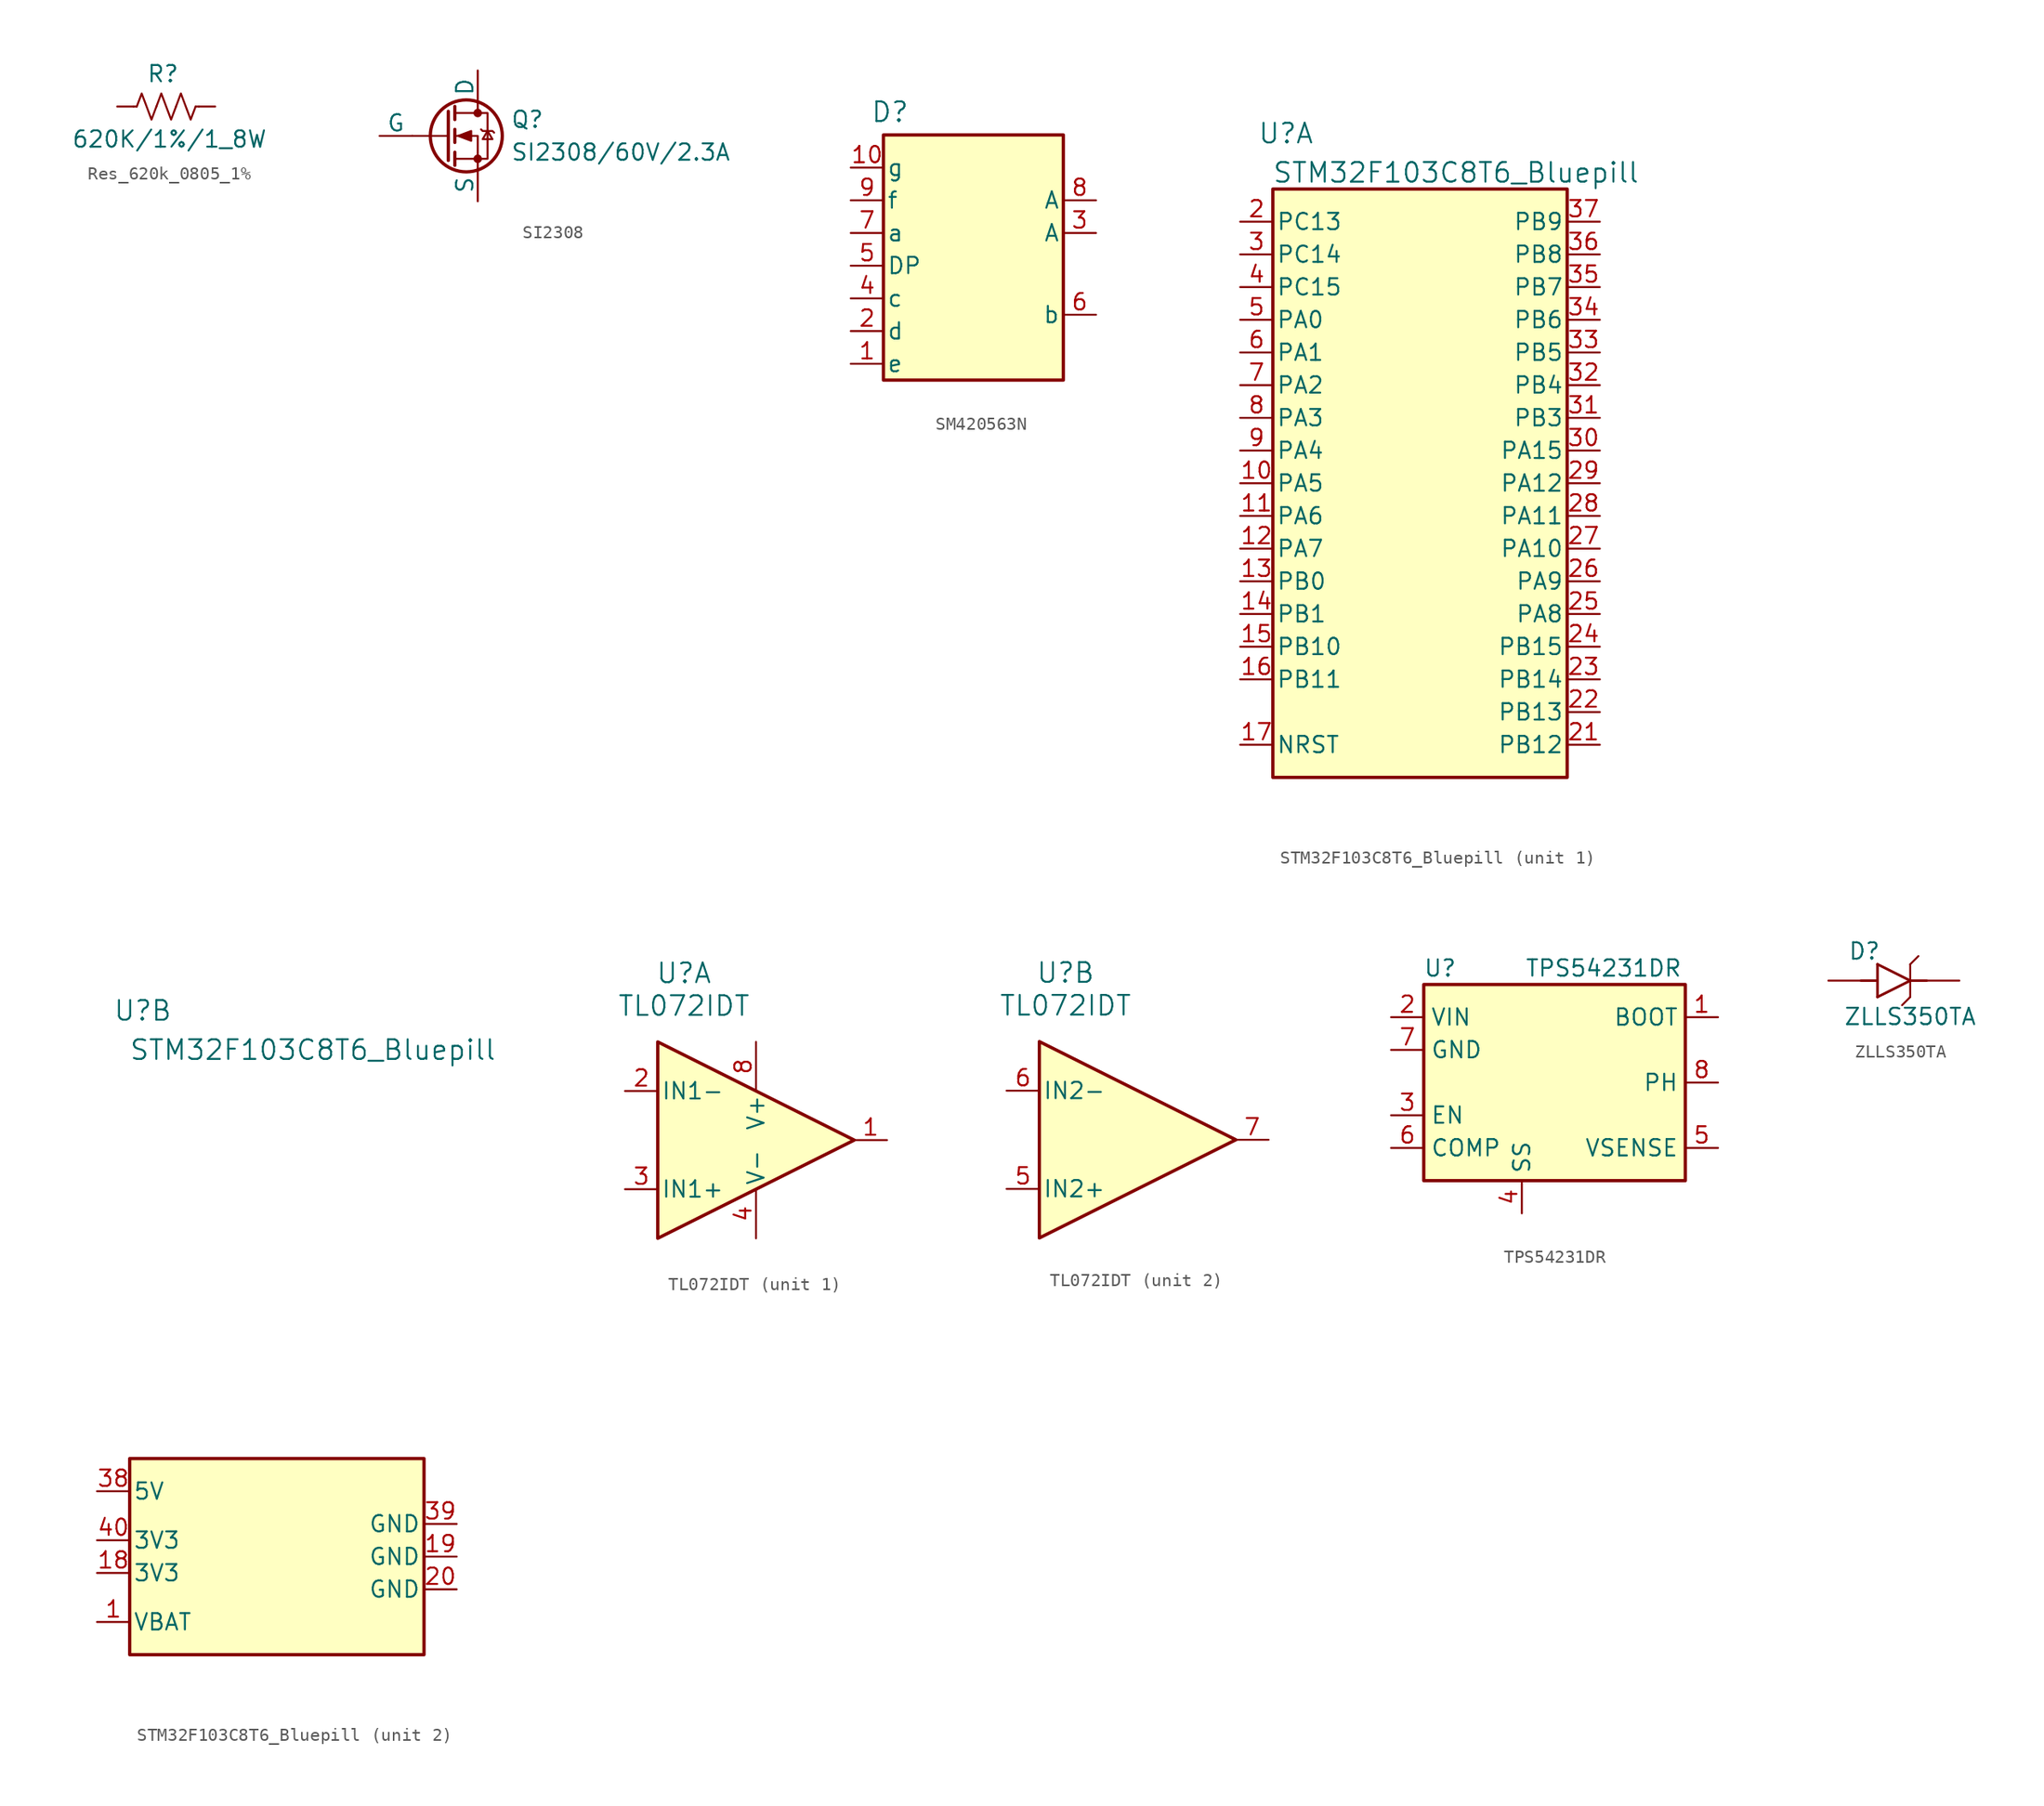
<source format=kicad_sym>
(kicad_symbol_lib
  (version 20231120)
  (generator "kicad_symbol_editor")
  (generator_version "8.0")
  (symbol "Res_620k_0805_1%"
    (pin_numbers hide)
    (pin_names hide)
    (property "Reference" "R"
      (at 3.556 2.54 0)
      (effects (font (size 1.27 1.27))))
    (property "Value" "620K/1%/1_8W"
      (at 4.064 -2.54 0)
      (effects (font (size 1.27 1.27))))
    (symbol "Res_620k_0805_1%_0_1"
      (polyline (pts (xy 1.524 0) (xy 1.27 0)) (stroke (width 0) (type default)) (fill (type none)))
      (polyline (pts (xy 6.096 0) (xy 6.35 0)) (stroke (width 0) (type default)) (fill (type none)))
      (polyline (pts (xy 1.524 0) (xy 1.905 1.016) (xy 2.286 0) (xy 2.667 -1.016) (xy 3.048 0)) (stroke (width 0) (type default)) (fill (type none)))
      (polyline (pts (xy 3.048 0) (xy 3.429 1.016) (xy 3.81 0) (xy 4.191 -1.016) (xy 4.572 0)) (stroke (width 0) (type default)) (fill (type none)))
      (polyline (pts (xy 4.572 0) (xy 4.953 1.016) (xy 5.334 0) (xy 5.715 -1.016) (xy 6.096 0)) (stroke (width 0) (type default)) (fill (type none))))
    (symbol "Res_620k_0805_1%_1_1"
      (pin passive line (at 0 0 0) (length 1.27) (name "~" (effects (font (size 1.27 1.27)))) (number "1" (effects (font (size 1.27 1.27)))))
      (pin passive line (at 7.62 0 180) (length 1.27) (name "~" (effects (font (size 1.27 1.27)))) (number "2" (effects (font (size 1.27 1.27)))))))
  (symbol "SI2308"
    (pin_numbers hide)
    (pin_names
      (offset 0))
    (property "Reference" "Q"
      (at 5.08 1.27 0)
      (effects (font (size 1.27 1.27)) (justify left)))
    (property "Value" "SI2308/60V/2.3A"
      (at 5.08 -1.27 0)
      (effects (font (size 1.27 1.27)) (justify left)))
    (symbol "SI2308_0_1"
      (polyline (pts (xy 0.254 0) (xy -2.54 0)) (stroke (width 0) (type default)) (fill (type none)))
      (polyline (pts (xy 0.254 1.905) (xy 0.254 -1.905)) (stroke (width 0.254) (type default)) (fill (type none)))
      (polyline (pts (xy 0.762 -1.27) (xy 0.762 -2.286)) (stroke (width 0.254) (type default)) (fill (type none)))
      (polyline (pts (xy 0.762 0.508) (xy 0.762 -0.508)) (stroke (width 0.254) (type default)) (fill (type none)))
      (polyline (pts (xy 0.762 2.286) (xy 0.762 1.27)) (stroke (width 0.254) (type default)) (fill (type none)))
      (polyline (pts (xy 2.54 2.54) (xy 2.54 1.778)) (stroke (width 0) (type default)) (fill (type none)))
      (polyline (pts (xy 2.54 -2.54) (xy 2.54 0) (xy 0.762 0)) (stroke (width 0) (type default)) (fill (type none)))
      (polyline (pts (xy 0.762 -1.778) (xy 3.302 -1.778) (xy 3.302 1.778) (xy 0.762 1.778)) (stroke (width 0) (type default)) (fill (type none)))
      (polyline (pts (xy 1.016 0) (xy 2.032 0.381) (xy 2.032 -0.381) (xy 1.016 0)) (stroke (width 0) (type default)) (fill (type outline)))
      (polyline (pts (xy 2.794 0.508) (xy 2.921 0.381) (xy 3.683 0.381) (xy 3.81 0.254)) (stroke (width 0) (type default)) (fill (type none)))
      (polyline (pts (xy 3.302 0.381) (xy 2.921 -0.254) (xy 3.683 -0.254) (xy 3.302 0.381)) (stroke (width 0) (type default)) (fill (type none)))
      (circle (center 1.651 0) (radius 2.794) (stroke (width 0.254) (type default)) (fill (type none)))
      (circle (center 2.54 -1.778) (radius 0.254) (stroke (width 0) (type default)) (fill (type outline)))
      (circle (center 2.54 1.778) (radius 0.254) (stroke (width 0) (type default)) (fill (type outline))))
    (symbol "SI2308_1_1"
      (pin input line (at -5.08 0 0) (length 2.54) (name "G" (effects (font (size 1.27 1.27)))) (number "1" (effects (font (size 1.27 1.27)))))
      (pin passive line (at 2.54 -5.08 90) (length 2.54) (name "S" (effects (font (size 1.27 1.27)))) (number "2" (effects (font (size 1.27 1.27)))))
      (pin passive line (at 2.54 5.08 270) (length 2.54) (name "D" (effects (font (size 1.27 1.27)))) (number "3" (effects (font (size 1.27 1.27)))))))
  (symbol "SM420563N"
    (pin_names
      (offset 0.254))
    (property "Reference" "D"
      (at 0.508 20.828 0)
      (effects (font (size 1.524 1.524))))
    (property "Value" ""
      (at 17.78 22.86 0)
      (effects (font (size 1.524 1.524))))
    (symbol "SM420563N_0_1"
      (pin unspecified line (at 16.51 11.43 180) (length 2.54) (name "A" (effects (font (size 1.27 1.27)))) (number "3" (effects (font (size 1.27 1.27)))))
      (pin unspecified line (at 16.51 13.97 180) (length 2.54) (name "A" (effects (font (size 1.27 1.27)))) (number "8" (effects (font (size 1.27 1.27))))))
    (symbol "SM420563N_1_1"
      (rectangle (start 0 19.05) (end 13.97 0) (stroke (width 0.254) (type default)) (fill (type background)))
      (pin unspecified line (at -2.54 1.27 0) (length 2.54) (name "e" (effects (font (size 1.27 1.27)))) (number "1" (effects (font (size 1.27 1.27)))))
      (pin unspecified line (at -2.54 16.51 0) (length 2.54) (name "g" (effects (font (size 1.27 1.27)))) (number "10" (effects (font (size 1.27 1.27)))))
      (pin unspecified line (at -2.54 3.81 0) (length 2.54) (name "d" (effects (font (size 1.27 1.27)))) (number "2" (effects (font (size 1.27 1.27)))))
      (pin unspecified line (at -2.54 6.35 0) (length 2.54) (name "c" (effects (font (size 1.27 1.27)))) (number "4" (effects (font (size 1.27 1.27)))))
      (pin unspecified line (at -2.54 8.89 0) (length 2.54) (name "DP" (effects (font (size 1.27 1.27)))) (number "5" (effects (font (size 1.27 1.27)))))
      (pin unspecified line (at 16.51 5.08 180) (length 2.54) (name "b" (effects (font (size 1.27 1.27)))) (number "6" (effects (font (size 1.27 1.27)))))
      (pin unspecified line (at -2.54 11.43 0) (length 2.54) (name "a" (effects (font (size 1.27 1.27)))) (number "7" (effects (font (size 1.27 1.27)))))
      (pin unspecified line (at -2.54 13.97 0) (length 2.54) (name "f" (effects (font (size 1.27 1.27)))) (number "9" (effects (font (size 1.27 1.27)))))))
  (symbol "STM32F103C8T6_Bluepill"
    (pin_names
      (offset 0.254))
    (property "Reference" "U"
      (at 1.016 50.038 0)
      (effects (font (size 1.524 1.524))))
    (property "Value" "STM32F103C8T6_Bluepill"
      (at 14.224 46.99 0)
      (effects (font (size 1.524 1.524))))
    (symbol "STM32F103C8T6_Bluepill_1_1"
      (rectangle (start 0 45.72) (end 22.86 0) (stroke (width 0.254) (type default)) (fill (type background)))
      (pin bidirectional line (at -2.54 22.86 0) (length 2.54) (name "PA5" (effects (font (size 1.27 1.27)))) (number "10" (effects (font (size 1.27 1.27)))))
      (pin bidirectional line (at -2.54 20.32 0) (length 2.54) (name "PA6" (effects (font (size 1.27 1.27)))) (number "11" (effects (font (size 1.27 1.27)))))
      (pin bidirectional line (at -2.54 17.78 0) (length 2.54) (name "PA7" (effects (font (size 1.27 1.27)))) (number "12" (effects (font (size 1.27 1.27)))))
      (pin bidirectional line (at -2.54 15.24 0) (length 2.54) (name "PB0" (effects (font (size 1.27 1.27)))) (number "13" (effects (font (size 1.27 1.27)))))
      (pin bidirectional line (at -2.54 12.7 0) (length 2.54) (name "PB1" (effects (font (size 1.27 1.27)))) (number "14" (effects (font (size 1.27 1.27)))))
      (pin bidirectional line (at -2.54 10.16 0) (length 2.54) (name "PB10" (effects (font (size 1.27 1.27)))) (number "15" (effects (font (size 1.27 1.27)))))
      (pin bidirectional line (at -2.54 7.62 0) (length 2.54) (name "PB11" (effects (font (size 1.27 1.27)))) (number "16" (effects (font (size 1.27 1.27)))))
      (pin input line (at -2.54 2.54 0) (length 2.54) (name "NRST" (effects (font (size 1.27 1.27)))) (number "17" (effects (font (size 1.27 1.27)))))
      (pin bidirectional line (at -2.54 43.18 0) (length 2.54) (name "PC13" (effects (font (size 1.27 1.27)))) (number "2" (effects (font (size 1.27 1.27)))))
      (pin bidirectional line (at 25.4 2.54 180) (length 2.54) (name "PB12" (effects (font (size 1.27 1.27)))) (number "21" (effects (font (size 1.27 1.27)))))
      (pin bidirectional line (at 25.4 5.08 180) (length 2.54) (name "PB13" (effects (font (size 1.27 1.27)))) (number "22" (effects (font (size 1.27 1.27)))))
      (pin bidirectional line (at 25.4 7.62 180) (length 2.54) (name "PB14" (effects (font (size 1.27 1.27)))) (number "23" (effects (font (size 1.27 1.27)))))
      (pin bidirectional line (at 25.4 10.16 180) (length 2.54) (name "PB15" (effects (font (size 1.27 1.27)))) (number "24" (effects (font (size 1.27 1.27)))))
      (pin bidirectional line (at 25.4 12.7 180) (length 2.54) (name "PA8" (effects (font (size 1.27 1.27)))) (number "25" (effects (font (size 1.27 1.27)))))
      (pin bidirectional line (at 25.4 15.24 180) (length 2.54) (name "PA9" (effects (font (size 1.27 1.27)))) (number "26" (effects (font (size 1.27 1.27)))))
      (pin bidirectional line (at 25.4 17.78 180) (length 2.54) (name "PA10" (effects (font (size 1.27 1.27)))) (number "27" (effects (font (size 1.27 1.27)))))
      (pin bidirectional line (at 25.4 20.32 180) (length 2.54) (name "PA11" (effects (font (size 1.27 1.27)))) (number "28" (effects (font (size 1.27 1.27)))))
      (pin bidirectional line (at 25.4 22.86 180) (length 2.54) (name "PA12" (effects (font (size 1.27 1.27)))) (number "29" (effects (font (size 1.27 1.27)))))
      (pin bidirectional line (at -2.54 40.64 0) (length 2.54) (name "PC14" (effects (font (size 1.27 1.27)))) (number "3" (effects (font (size 1.27 1.27)))))
      (pin bidirectional line (at 25.4 25.4 180) (length 2.54) (name "PA15" (effects (font (size 1.27 1.27)))) (number "30" (effects (font (size 1.27 1.27)))))
      (pin bidirectional line (at 25.4 27.94 180) (length 2.54) (name "PB3" (effects (font (size 1.27 1.27)))) (number "31" (effects (font (size 1.27 1.27)))))
      (pin bidirectional line (at 25.4 30.48 180) (length 2.54) (name "PB4" (effects (font (size 1.27 1.27)))) (number "32" (effects (font (size 1.27 1.27)))))
      (pin bidirectional line (at 25.4 33.02 180) (length 2.54) (name "PB5" (effects (font (size 1.27 1.27)))) (number "33" (effects (font (size 1.27 1.27)))))
      (pin bidirectional line (at 25.4 35.56 180) (length 2.54) (name "PB6" (effects (font (size 1.27 1.27)))) (number "34" (effects (font (size 1.27 1.27)))))
      (pin bidirectional line (at 25.4 38.1 180) (length 2.54) (name "PB7" (effects (font (size 1.27 1.27)))) (number "35" (effects (font (size 1.27 1.27)))))
      (pin bidirectional line (at 25.4 40.64 180) (length 2.54) (name "PB8" (effects (font (size 1.27 1.27)))) (number "36" (effects (font (size 1.27 1.27)))))
      (pin bidirectional line (at 25.4 43.18 180) (length 2.54) (name "PB9" (effects (font (size 1.27 1.27)))) (number "37" (effects (font (size 1.27 1.27)))))
      (pin bidirectional line (at -2.54 38.1 0) (length 2.54) (name "PC15" (effects (font (size 1.27 1.27)))) (number "4" (effects (font (size 1.27 1.27)))))
      (pin bidirectional line (at -2.54 35.56 0) (length 2.54) (name "PA0" (effects (font (size 1.27 1.27)))) (number "5" (effects (font (size 1.27 1.27)))))
      (pin bidirectional line (at -2.54 33.02 0) (length 2.54) (name "PA1" (effects (font (size 1.27 1.27)))) (number "6" (effects (font (size 1.27 1.27)))))
      (pin bidirectional line (at -2.54 30.48 0) (length 2.54) (name "PA2" (effects (font (size 1.27 1.27)))) (number "7" (effects (font (size 1.27 1.27)))))
      (pin bidirectional line (at -2.54 27.94 0) (length 2.54) (name "PA3" (effects (font (size 1.27 1.27)))) (number "8" (effects (font (size 1.27 1.27)))))
      (pin bidirectional line (at -2.54 25.4 0) (length 2.54) (name "PA4" (effects (font (size 1.27 1.27)))) (number "9" (effects (font (size 1.27 1.27))))))
    (symbol "STM32F103C8T6_Bluepill_2_1"
      (rectangle (start 0 15.24) (end 22.86 0) (stroke (width 0.254) (type default)) (fill (type background)))
      (pin input line (at -2.54 2.54 0) (length 2.54) (name "VBAT" (effects (font (size 1.27 1.27)))) (number "1" (effects (font (size 1.27 1.27)))))
      (pin power_in line (at -2.54 6.35 0) (length 2.54) (name "3V3" (effects (font (size 1.27 1.27)))) (number "18" (effects (font (size 1.27 1.27)))))
      (pin passive line (at 25.4 7.62 180) (length 2.54) (name "GND" (effects (font (size 1.27 1.27)))) (number "19" (effects (font (size 1.27 1.27)))))
      (pin passive line (at 25.4 5.08 180) (length 2.54) (name "GND" (effects (font (size 1.27 1.27)))) (number "20" (effects (font (size 1.27 1.27)))))
      (pin power_in line (at -2.54 12.7 0) (length 2.54) (name "5V" (effects (font (size 1.27 1.27)))) (number "38" (effects (font (size 1.27 1.27)))))
      (pin passive line (at 25.4 10.16 180) (length 2.54) (name "GND" (effects (font (size 1.27 1.27)))) (number "39" (effects (font (size 1.27 1.27)))))
      (pin power_in line (at -2.54 8.89 0) (length 2.54) (name "3V3" (effects (font (size 1.27 1.27)))) (number "40" (effects (font (size 1.27 1.27)))))))
  (symbol "TL072IDT"
    (pin_names
      (offset 0.254))
    (property "Reference" "U"
      (at 2.032 20.574 0)
      (effects (font (size 1.524 1.524))))
    (property "Value" "TL072IDT"
      (at 2.032 18.034 0)
      (effects (font (size 1.524 1.524))))
    (property "ki_locked" ""
      (at 0 0 0)
      (effects (font (size 1.27 1.27))))
    (symbol "TL072IDT_1_0"
      (pin input line (at -2.54 11.43 0) (length 2.54) (name "IN1-" (effects (font (size 1.27 1.27)))) (number "2" (effects (font (size 1.27 1.27)))))
      (pin input line (at -2.54 3.81 0) (length 2.54) (name "IN1+" (effects (font (size 1.27 1.27)))) (number "3" (effects (font (size 1.27 1.27))))))
    (symbol "TL072IDT_1_1"
      (polyline (pts (xy 0 15.24) (xy 15.24 7.62) (xy 0 0) (xy 0 15.24)) (stroke (width 0.254) (type default)) (fill (type background)))
      (pin output line (at 17.78 7.62 180) (length 2.54) (name "~" (effects (font (size 1.27 1.27)))) (number "1" (effects (font (size 1.27 1.27)))))
      (pin power_in line (at 7.62 0 90) (length 3.81) (name "V-" (effects (font (size 1.27 1.27)))) (number "4" (effects (font (size 1.27 1.27)))))
      (pin power_in line (at 7.62 15.24 270) (length 3.81) (name "V+" (effects (font (size 1.27 1.27)))) (number "8" (effects (font (size 1.27 1.27))))))
    (symbol "TL072IDT_2_1"
      (polyline (pts (xy 0 15.24) (xy 15.24 7.62) (xy 0 0) (xy 0 15.24)) (stroke (width 0.254) (type default)) (fill (type background)))
      (pin input line (at -2.54 3.81 0) (length 2.54) (name "IN2+" (effects (font (size 1.27 1.27)))) (number "5" (effects (font (size 1.27 1.27)))))
      (pin input line (at -2.54 11.43 0) (length 2.54) (name "IN2-" (effects (font (size 1.27 1.27)))) (number "6" (effects (font (size 1.27 1.27)))))
      (pin output line (at 17.78 7.62 180) (length 2.54) (name "~" (effects (font (size 1.27 1.27)))) (number "7" (effects (font (size 1.27 1.27)))))))
  (symbol "TPS54231DR"
    (property "Reference" "U"
      (at 1.27 16.51 0)
      (effects (font (size 1.27 1.27))))
    (property "Value" "TPS54231DR"
      (at 13.97 16.51 0)
      (effects (font (size 1.27 1.27))))
    (symbol "TPS54231DR_1_1"
      (rectangle (start 0 15.24) (end 20.32 0) (stroke (width 0.254) (type default)) (fill (type background)))
      (pin output line (at 22.86 12.7 180) (length 2.54) (name "BOOT" (effects (font (size 1.27 1.27)))) (number "1" (effects (font (size 1.27 1.27)))))
      (pin power_in line (at -2.54 12.7 0) (length 2.54) (name "VIN" (effects (font (size 1.27 1.27)))) (number "2" (effects (font (size 1.27 1.27)))))
      (pin output line (at -2.54 5.08 0) (length 2.54) (name "EN" (effects (font (size 1.27 1.27)))) (number "3" (effects (font (size 1.27 1.27)))))
      (pin power_in line (at 7.62 -2.54 90) (length 2.54) (name "SS" (effects (font (size 1.27 1.27)))) (number "4" (effects (font (size 1.27 1.27)))))
      (pin input line (at 22.86 2.54 180) (length 2.54) (name "VSENSE" (effects (font (size 1.27 1.27)))) (number "5" (effects (font (size 1.27 1.27)))))
      (pin output line (at -2.54 2.54 0) (length 2.54) (name "COMP" (effects (font (size 1.27 1.27)))) (number "6" (effects (font (size 1.27 1.27)))))
      (pin power_in line (at -2.54 10.16 0) (length 2.54) (name "GND" (effects (font (size 1.27 1.27)))) (number "7" (effects (font (size 1.27 1.27)))))
      (pin output line (at 22.86 7.62 180) (length 2.54) (name "PH" (effects (font (size 1.27 1.27)))) (number "8" (effects (font (size 1.27 1.27)))))))
  (symbol "ZLLS350TA"
    (pin_numbers hide)
    (pin_names hide)
    (property "Reference" "D"
      (at -1.016 2.286 0)
      (effects (font (size 1.27 1.27))))
    (property "Value" "ZLLS350TA"
      (at 2.54 -2.794 0)
      (effects (font (size 1.27 1.27))))
    (symbol "ZLLS350TA_0_1"
      (polyline (pts (xy -1.27 0) (xy -0.127 0)) (stroke (width 0.203) (type default)) (fill (type none)))
      (polyline (pts (xy 0 -1.27) (xy 2.54 0)) (stroke (width 0.203) (type default)) (fill (type none)))
      (polyline (pts (xy 0 1.27) (xy 0 -1.27)) (stroke (width 0.203) (type default)) (fill (type none)))
      (polyline (pts (xy 2.54 -1.27) (xy 1.905 -1.905)) (stroke (width 0) (type default)) (fill (type none)))
      (polyline (pts (xy 2.54 0) (xy 0 1.27)) (stroke (width 0.203) (type default)) (fill (type none)))
      (polyline (pts (xy 2.54 0) (xy 3.81 0)) (stroke (width 0.203) (type default)) (fill (type none)))
      (polyline (pts (xy 2.54 1.27) (xy 2.54 -1.27)) (stroke (width 0) (type default)) (fill (type none)))
      (polyline (pts (xy 2.54 1.27) (xy 3.175 1.905)) (stroke (width 0) (type default)) (fill (type none))))
    (symbol "ZLLS350TA_1_1"
      (pin unspecified line (at -3.81 0 0) (length 2.54) (name "A" (effects (font (size 1.27 1.27)))) (number "1" (effects (font (size 1.27 1.27)))))
      (pin unspecified line (at 6.35 0 180) (length 2.54) (name "K" (effects (font (size 1.27 1.27)))) (number "2" (effects (font (size 1.27 1.27))))))))
</source>
